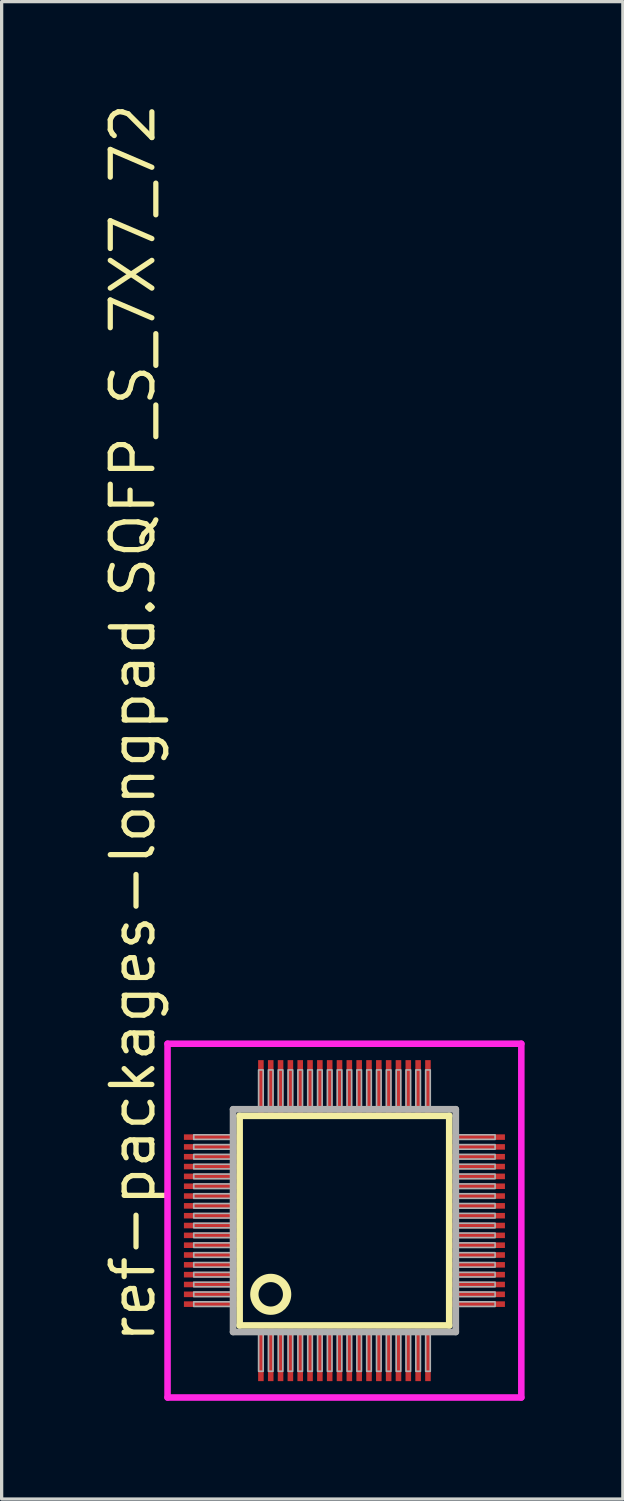
<source format=kicad_pcb>
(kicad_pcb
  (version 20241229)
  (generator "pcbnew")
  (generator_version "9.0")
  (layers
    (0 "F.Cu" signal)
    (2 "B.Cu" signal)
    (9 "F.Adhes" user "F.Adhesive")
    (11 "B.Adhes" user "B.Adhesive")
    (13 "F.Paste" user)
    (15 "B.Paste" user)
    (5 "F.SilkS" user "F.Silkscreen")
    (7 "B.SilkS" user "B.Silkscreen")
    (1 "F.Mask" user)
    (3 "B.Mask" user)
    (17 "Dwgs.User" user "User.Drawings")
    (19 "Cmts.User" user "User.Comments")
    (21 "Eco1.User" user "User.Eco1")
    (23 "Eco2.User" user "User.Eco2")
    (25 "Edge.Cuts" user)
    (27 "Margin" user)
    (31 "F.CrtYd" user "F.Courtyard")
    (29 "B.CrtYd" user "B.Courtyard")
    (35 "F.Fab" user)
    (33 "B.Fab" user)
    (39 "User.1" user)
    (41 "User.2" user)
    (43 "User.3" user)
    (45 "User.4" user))
  (footprint "ref-packages-longpad.SQFP_S_7X7_72"
    (layer "F.Cu")
    (at 7.465 34.214)
    (property "Reference" "ref-packages-longpad.SQFP_S_7X7_72" (at -5.715 3.81 90) (layer "F.SilkS") (effects (font (size 1.27 1.27) (thickness 0.16)) (justify left bottom)))
    (attr smd)
    (fp_line (start -3.2 -3.2) (end 3.2 -3.2) (stroke (width 0.203) (type default)) (layer "F.SilkS"))
    (fp_line (start -3.2 3.2) (end -3.2 -3.2) (stroke (width 0.203) (type default)) (layer "F.SilkS"))
    (fp_line (start 3.2 -3.2) (end 3.2 3.2) (stroke (width 0.203) (type default)) (layer "F.SilkS"))
    (fp_line (start 3.2 3.2) (end -3.2 3.2) (stroke (width 0.203) (type default)) (layer "F.SilkS"))
    (fp_circle (center -2.25 2.25) (end -1.75 2.25) (stroke (width 0.254) (type default)) (fill no) (layer "F.SilkS"))
    (fp_line (start -5.4 -5.4) (end 5.4 -5.4) (stroke (width 0.2) (type default)) (layer "F.CrtYd"))
    (fp_line (start -5.4 5.4) (end -5.4 -5.4) (stroke (width 0.2) (type default)) (layer "F.CrtYd"))
    (fp_line (start 5.4 -5.4) (end 5.4 5.4) (stroke (width 0.2) (type default)) (layer "F.CrtYd"))
    (fp_line (start 5.4 5.4) (end -5.4 5.4) (stroke (width 0.2) (type default)) (layer "F.CrtYd"))
    (fp_line (start -3.4 -3.4) (end -3.4 3.4) (stroke (width 0.203) (type default)) (layer "F.Fab"))
    (fp_line (start -3.4 3.4) (end 3.4 3.4) (stroke (width 0.203) (type default)) (layer "F.Fab"))
    (fp_line (start 3.4 -3.4) (end -3.4 -3.4) (stroke (width 0.203) (type default)) (layer "F.Fab"))
    (fp_line (start 3.4 3.4) (end 3.4 -3.4) (stroke (width 0.203) (type default)) (layer "F.Fab"))
    (fp_rect (start -4.6 -2.48) (end -3.45 -2.62) (stroke (width 0.05) (type default)) (fill no) (layer "F.Fab"))
    (fp_rect (start -4.6 -2.18) (end -3.45 -2.32) (stroke (width 0.05) (type default)) (fill no) (layer "F.Fab"))
    (fp_rect (start -4.6 -1.88) (end -3.45 -2.02) (stroke (width 0.05) (type default)) (fill no) (layer "F.Fab"))
    (fp_rect (start -4.6 -1.58) (end -3.45 -1.72) (stroke (width 0.05) (type default)) (fill no) (layer "F.Fab"))
    (fp_rect (start -4.6 -1.28) (end -3.45 -1.42) (stroke (width 0.05) (type default)) (fill no) (layer "F.Fab"))
    (fp_rect (start -4.6 -0.98) (end -3.45 -1.12) (stroke (width 0.05) (type default)) (fill no) (layer "F.Fab"))
    (fp_rect (start -4.6 -0.68) (end -3.45 -0.82) (stroke (width 0.05) (type default)) (fill no) (layer "F.Fab"))
    (fp_rect (start -4.6 -0.38) (end -3.45 -0.52) (stroke (width 0.05) (type default)) (fill no) (layer "F.Fab"))
    (fp_rect (start -4.6 -0.08) (end -3.45 -0.22) (stroke (width 0.05) (type default)) (fill no) (layer "F.Fab"))
    (fp_rect (start -4.6 0.22) (end -3.45 0.08) (stroke (width 0.05) (type default)) (fill no) (layer "F.Fab"))
    (fp_rect (start -4.6 0.52) (end -3.45 0.38) (stroke (width 0.05) (type default)) (fill no) (layer "F.Fab"))
    (fp_rect (start -4.6 0.82) (end -3.45 0.68) (stroke (width 0.05) (type default)) (fill no) (layer "F.Fab"))
    (fp_rect (start -4.6 1.12) (end -3.45 0.98) (stroke (width 0.05) (type default)) (fill no) (layer "F.Fab"))
    (fp_rect (start -4.6 1.42) (end -3.45 1.28) (stroke (width 0.05) (type default)) (fill no) (layer "F.Fab"))
    (fp_rect (start -4.6 1.72) (end -3.45 1.58) (stroke (width 0.05) (type default)) (fill no) (layer "F.Fab"))
    (fp_rect (start -4.6 2.02) (end -3.45 1.88) (stroke (width 0.05) (type default)) (fill no) (layer "F.Fab"))
    (fp_rect (start -4.6 2.32) (end -3.45 2.18) (stroke (width 0.05) (type default)) (fill no) (layer "F.Fab"))
    (fp_rect (start -4.6 2.62) (end -3.45 2.48) (stroke (width 0.05) (type default)) (fill no) (layer "F.Fab"))
    (fp_rect (start -2.62 -3.45) (end -2.48 -4.6) (stroke (width 0.05) (type default)) (fill no) (layer "F.Fab"))
    (fp_rect (start -2.62 4.6) (end -2.48 3.45) (stroke (width 0.05) (type default)) (fill no) (layer "F.Fab"))
    (fp_rect (start -2.32 -3.45) (end -2.18 -4.6) (stroke (width 0.05) (type default)) (fill no) (layer "F.Fab"))
    (fp_rect (start -2.32 4.6) (end -2.18 3.45) (stroke (width 0.05) (type default)) (fill no) (layer "F.Fab"))
    (fp_rect (start -2.02 -3.45) (end -1.88 -4.6) (stroke (width 0.05) (type default)) (fill no) (layer "F.Fab"))
    (fp_rect (start -2.02 4.6) (end -1.88 3.45) (stroke (width 0.05) (type default)) (fill no) (layer "F.Fab"))
    (fp_rect (start -1.72 -3.45) (end -1.58 -4.6) (stroke (width 0.05) (type default)) (fill no) (layer "F.Fab"))
    (fp_rect (start -1.72 4.6) (end -1.58 3.45) (stroke (width 0.05) (type default)) (fill no) (layer "F.Fab"))
    (fp_rect (start -1.42 -3.45) (end -1.28 -4.6) (stroke (width 0.05) (type default)) (fill no) (layer "F.Fab"))
    (fp_rect (start -1.42 4.6) (end -1.28 3.45) (stroke (width 0.05) (type default)) (fill no) (layer "F.Fab"))
    (fp_rect (start -1.12 -3.45) (end -0.98 -4.6) (stroke (width 0.05) (type default)) (fill no) (layer "F.Fab"))
    (fp_rect (start -1.12 4.6) (end -0.98 3.45) (stroke (width 0.05) (type default)) (fill no) (layer "F.Fab"))
    (fp_rect (start -0.82 -3.45) (end -0.68 -4.6) (stroke (width 0.05) (type default)) (fill no) (layer "F.Fab"))
    (fp_rect (start -0.82 4.6) (end -0.68 3.45) (stroke (width 0.05) (type default)) (fill no) (layer "F.Fab"))
    (fp_rect (start -0.52 -3.45) (end -0.38 -4.6) (stroke (width 0.05) (type default)) (fill no) (layer "F.Fab"))
    (fp_rect (start -0.52 4.6) (end -0.38 3.45) (stroke (width 0.05) (type default)) (fill no) (layer "F.Fab"))
    (fp_rect (start -0.22 -3.45) (end -0.08 -4.6) (stroke (width 0.05) (type default)) (fill no) (layer "F.Fab"))
    (fp_rect (start -0.22 4.6) (end -0.08 3.45) (stroke (width 0.05) (type default)) (fill no) (layer "F.Fab"))
    (fp_rect (start 0.08 -3.45) (end 0.22 -4.6) (stroke (width 0.05) (type default)) (fill no) (layer "F.Fab"))
    (fp_rect (start 0.08 4.6) (end 0.22 3.45) (stroke (width 0.05) (type default)) (fill no) (layer "F.Fab"))
    (fp_rect (start 0.38 -3.45) (end 0.52 -4.6) (stroke (width 0.05) (type default)) (fill no) (layer "F.Fab"))
    (fp_rect (start 0.38 4.6) (end 0.52 3.45) (stroke (width 0.05) (type default)) (fill no) (layer "F.Fab"))
    (fp_rect (start 0.68 -3.45) (end 0.82 -4.6) (stroke (width 0.05) (type default)) (fill no) (layer "F.Fab"))
    (fp_rect (start 0.68 4.6) (end 0.82 3.45) (stroke (width 0.05) (type default)) (fill no) (layer "F.Fab"))
    (fp_rect (start 0.98 -3.45) (end 1.12 -4.6) (stroke (width 0.05) (type default)) (fill no) (layer "F.Fab"))
    (fp_rect (start 0.98 4.6) (end 1.12 3.45) (stroke (width 0.05) (type default)) (fill no) (layer "F.Fab"))
    (fp_rect (start 1.28 -3.45) (end 1.42 -4.6) (stroke (width 0.05) (type default)) (fill no) (layer "F.Fab"))
    (fp_rect (start 1.28 4.6) (end 1.42 3.45) (stroke (width 0.05) (type default)) (fill no) (layer "F.Fab"))
    (fp_rect (start 1.58 -3.45) (end 1.72 -4.6) (stroke (width 0.05) (type default)) (fill no) (layer "F.Fab"))
    (fp_rect (start 1.58 4.6) (end 1.72 3.45) (stroke (width 0.05) (type default)) (fill no) (layer "F.Fab"))
    (fp_rect (start 1.88 -3.45) (end 2.02 -4.6) (stroke (width 0.05) (type default)) (fill no) (layer "F.Fab"))
    (fp_rect (start 1.88 4.6) (end 2.02 3.45) (stroke (width 0.05) (type default)) (fill no) (layer "F.Fab"))
    (fp_rect (start 2.18 -3.45) (end 2.32 -4.6) (stroke (width 0.05) (type default)) (fill no) (layer "F.Fab"))
    (fp_rect (start 2.18 4.6) (end 2.32 3.45) (stroke (width 0.05) (type default)) (fill no) (layer "F.Fab"))
    (fp_rect (start 2.48 -3.45) (end 2.62 -4.6) (stroke (width 0.05) (type default)) (fill no) (layer "F.Fab"))
    (fp_rect (start 2.48 4.6) (end 2.62 3.45) (stroke (width 0.05) (type default)) (fill no) (layer "F.Fab"))
    (fp_rect (start 3.45 -2.48) (end 4.6 -2.62) (stroke (width 0.05) (type default)) (fill no) (layer "F.Fab"))
    (fp_rect (start 3.45 -2.18) (end 4.6 -2.32) (stroke (width 0.05) (type default)) (fill no) (layer "F.Fab"))
    (fp_rect (start 3.45 -1.88) (end 4.6 -2.02) (stroke (width 0.05) (type default)) (fill no) (layer "F.Fab"))
    (fp_rect (start 3.45 -1.58) (end 4.6 -1.72) (stroke (width 0.05) (type default)) (fill no) (layer "F.Fab"))
    (fp_rect (start 3.45 -1.28) (end 4.6 -1.42) (stroke (width 0.05) (type default)) (fill no) (layer "F.Fab"))
    (fp_rect (start 3.45 -0.98) (end 4.6 -1.12) (stroke (width 0.05) (type default)) (fill no) (layer "F.Fab"))
    (fp_rect (start 3.45 -0.68) (end 4.6 -0.82) (stroke (width 0.05) (type default)) (fill no) (layer "F.Fab"))
    (fp_rect (start 3.45 -0.38) (end 4.6 -0.52) (stroke (width 0.05) (type default)) (fill no) (layer "F.Fab"))
    (fp_rect (start 3.45 -0.08) (end 4.6 -0.22) (stroke (width 0.05) (type default)) (fill no) (layer "F.Fab"))
    (fp_rect (start 3.45 0.22) (end 4.6 0.08) (stroke (width 0.05) (type default)) (fill no) (layer "F.Fab"))
    (fp_rect (start 3.45 0.52) (end 4.6 0.38) (stroke (width 0.05) (type default)) (fill no) (layer "F.Fab"))
    (fp_rect (start 3.45 0.82) (end 4.6 0.68) (stroke (width 0.05) (type default)) (fill no) (layer "F.Fab"))
    (fp_rect (start 3.45 1.12) (end 4.6 0.98) (stroke (width 0.05) (type default)) (fill no) (layer "F.Fab"))
    (fp_rect (start 3.45 1.42) (end 4.6 1.28) (stroke (width 0.05) (type default)) (fill no) (layer "F.Fab"))
    (fp_rect (start 3.45 1.72) (end 4.6 1.58) (stroke (width 0.05) (type default)) (fill no) (layer "F.Fab"))
    (fp_rect (start 3.45 2.02) (end 4.6 1.88) (stroke (width 0.05) (type default)) (fill no) (layer "F.Fab"))
    (fp_rect (start 3.45 2.32) (end 4.6 2.18) (stroke (width 0.05) (type default)) (fill no) (layer "F.Fab"))
    (fp_rect (start 3.45 2.62) (end 4.6 2.48) (stroke (width 0.05) (type default)) (fill no) (layer "F.Fab"))
    (pad "1" smd roundrect (at -2.55 4.1) (size 0.17 1.6) (layers "F.Cu" "F.Mask" "F.Paste") (roundrect_rratio 0.01))
    (pad "2" smd roundrect (at -2.25 4.1) (size 0.17 1.6) (layers "F.Cu" "F.Mask" "F.Paste") (roundrect_rratio 0.01))
    (pad "3" smd roundrect (at -1.95 4.1) (size 0.17 1.6) (layers "F.Cu" "F.Mask" "F.Paste") (roundrect_rratio 0.01))
    (pad "4" smd roundrect (at -1.65 4.1) (size 0.17 1.6) (layers "F.Cu" "F.Mask" "F.Paste") (roundrect_rratio 0.01))
    (pad "5" smd roundrect (at -1.35 4.1) (size 0.17 1.6) (layers "F.Cu" "F.Mask" "F.Paste") (roundrect_rratio 0.01))
    (pad "6" smd roundrect (at -1.05 4.1) (size 0.17 1.6) (layers "F.Cu" "F.Mask" "F.Paste") (roundrect_rratio 0.01))
    (pad "7" smd roundrect (at -0.75 4.1) (size 0.17 1.6) (layers "F.Cu" "F.Mask" "F.Paste") (roundrect_rratio 0.01))
    (pad "8" smd roundrect (at -0.45 4.1) (size 0.17 1.6) (layers "F.Cu" "F.Mask" "F.Paste") (roundrect_rratio 0.01))
    (pad "9" smd roundrect (at -0.15 4.1) (size 0.17 1.6) (layers "F.Cu" "F.Mask" "F.Paste") (roundrect_rratio 0.01))
    (pad "10" smd roundrect (at 0.15 4.1) (size 0.17 1.6) (layers "F.Cu" "F.Mask" "F.Paste") (roundrect_rratio 0.01))
    (pad "11" smd roundrect (at 0.45 4.1) (size 0.17 1.6) (layers "F.Cu" "F.Mask" "F.Paste") (roundrect_rratio 0.01))
    (pad "12" smd roundrect (at 0.75 4.1) (size 0.17 1.6) (layers "F.Cu" "F.Mask" "F.Paste") (roundrect_rratio 0.01))
    (pad "13" smd roundrect (at 1.05 4.1) (size 0.17 1.6) (layers "F.Cu" "F.Mask" "F.Paste") (roundrect_rratio 0.01))
    (pad "14" smd roundrect (at 1.35 4.1) (size 0.17 1.6) (layers "F.Cu" "F.Mask" "F.Paste") (roundrect_rratio 0.01))
    (pad "15" smd roundrect (at 1.65 4.1) (size 0.17 1.6) (layers "F.Cu" "F.Mask" "F.Paste") (roundrect_rratio 0.01))
    (pad "16" smd roundrect (at 1.95 4.1) (size 0.17 1.6) (layers "F.Cu" "F.Mask" "F.Paste") (roundrect_rratio 0.01))
    (pad "17" smd roundrect (at 2.25 4.1) (size 0.17 1.6) (layers "F.Cu" "F.Mask" "F.Paste") (roundrect_rratio 0.01))
    (pad "18" smd roundrect (at 2.55 4.1) (size 0.17 1.6) (layers "F.Cu" "F.Mask" "F.Paste") (roundrect_rratio 0.01))
    (pad "19" smd roundrect (at 4.1 2.55) (size 1.6 0.17) (layers "F.Cu" "F.Mask" "F.Paste") (roundrect_rratio 0.01))
    (pad "20" smd roundrect (at 4.1 2.25) (size 1.6 0.17) (layers "F.Cu" "F.Mask" "F.Paste") (roundrect_rratio 0.01))
    (pad "21" smd roundrect (at 4.1 1.95) (size 1.6 0.17) (layers "F.Cu" "F.Mask" "F.Paste") (roundrect_rratio 0.01))
    (pad "22" smd roundrect (at 4.1 1.65) (size 1.6 0.17) (layers "F.Cu" "F.Mask" "F.Paste") (roundrect_rratio 0.01))
    (pad "23" smd roundrect (at 4.1 1.35) (size 1.6 0.17) (layers "F.Cu" "F.Mask" "F.Paste") (roundrect_rratio 0.01))
    (pad "24" smd roundrect (at 4.1 1.05) (size 1.6 0.17) (layers "F.Cu" "F.Mask" "F.Paste") (roundrect_rratio 0.01))
    (pad "25" smd roundrect (at 4.1 0.75) (size 1.6 0.17) (layers "F.Cu" "F.Mask" "F.Paste") (roundrect_rratio 0.01))
    (pad "26" smd roundrect (at 4.1 0.45) (size 1.6 0.17) (layers "F.Cu" "F.Mask" "F.Paste") (roundrect_rratio 0.01))
    (pad "27" smd roundrect (at 4.1 0.15) (size 1.6 0.17) (layers "F.Cu" "F.Mask" "F.Paste") (roundrect_rratio 0.01))
    (pad "28" smd roundrect (at 4.1 -0.15) (size 1.6 0.17) (layers "F.Cu" "F.Mask" "F.Paste") (roundrect_rratio 0.01))
    (pad "29" smd roundrect (at 4.1 -0.45) (size 1.6 0.17) (layers "F.Cu" "F.Mask" "F.Paste") (roundrect_rratio 0.01))
    (pad "30" smd roundrect (at 4.1 -0.75) (size 1.6 0.17) (layers "F.Cu" "F.Mask" "F.Paste") (roundrect_rratio 0.01))
    (pad "31" smd roundrect (at 4.1 -1.05) (size 1.6 0.17) (layers "F.Cu" "F.Mask" "F.Paste") (roundrect_rratio 0.01))
    (pad "32" smd roundrect (at 4.1 -1.35) (size 1.6 0.17) (layers "F.Cu" "F.Mask" "F.Paste") (roundrect_rratio 0.01))
    (pad "33" smd roundrect (at 4.1 -1.65) (size 1.6 0.17) (layers "F.Cu" "F.Mask" "F.Paste") (roundrect_rratio 0.01))
    (pad "34" smd roundrect (at 4.1 -1.95) (size 1.6 0.17) (layers "F.Cu" "F.Mask" "F.Paste") (roundrect_rratio 0.01))
    (pad "35" smd roundrect (at 4.1 -2.25) (size 1.6 0.17) (layers "F.Cu" "F.Mask" "F.Paste") (roundrect_rratio 0.01))
    (pad "36" smd roundrect (at 4.1 -2.55) (size 1.6 0.17) (layers "F.Cu" "F.Mask" "F.Paste") (roundrect_rratio 0.01))
    (pad "37" smd roundrect (at 2.55 -4.1) (size 0.17 1.6) (layers "F.Cu" "F.Mask" "F.Paste") (roundrect_rratio 0.01))
    (pad "38" smd roundrect (at 2.25 -4.1) (size 0.17 1.6) (layers "F.Cu" "F.Mask" "F.Paste") (roundrect_rratio 0.01))
    (pad "39" smd roundrect (at 1.95 -4.1) (size 0.17 1.6) (layers "F.Cu" "F.Mask" "F.Paste") (roundrect_rratio 0.01))
    (pad "40" smd roundrect (at 1.65 -4.1) (size 0.17 1.6) (layers "F.Cu" "F.Mask" "F.Paste") (roundrect_rratio 0.01))
    (pad "41" smd roundrect (at 1.35 -4.1) (size 0.17 1.6) (layers "F.Cu" "F.Mask" "F.Paste") (roundrect_rratio 0.01))
    (pad "42" smd roundrect (at 1.05 -4.1) (size 0.17 1.6) (layers "F.Cu" "F.Mask" "F.Paste") (roundrect_rratio 0.01))
    (pad "43" smd roundrect (at 0.75 -4.1) (size 0.17 1.6) (layers "F.Cu" "F.Mask" "F.Paste") (roundrect_rratio 0.01))
    (pad "44" smd roundrect (at 0.45 -4.1) (size 0.17 1.6) (layers "F.Cu" "F.Mask" "F.Paste") (roundrect_rratio 0.01))
    (pad "45" smd roundrect (at 0.15 -4.1) (size 0.17 1.6) (layers "F.Cu" "F.Mask" "F.Paste") (roundrect_rratio 0.01))
    (pad "46" smd roundrect (at -0.15 -4.1) (size 0.17 1.6) (layers "F.Cu" "F.Mask" "F.Paste") (roundrect_rratio 0.01))
    (pad "47" smd roundrect (at -0.45 -4.1) (size 0.17 1.6) (layers "F.Cu" "F.Mask" "F.Paste") (roundrect_rratio 0.01))
    (pad "48" smd roundrect (at -0.75 -4.1) (size 0.17 1.6) (layers "F.Cu" "F.Mask" "F.Paste") (roundrect_rratio 0.01))
    (pad "49" smd roundrect (at -1.05 -4.1) (size 0.17 1.6) (layers "F.Cu" "F.Mask" "F.Paste") (roundrect_rratio 0.01))
    (pad "50" smd roundrect (at -1.35 -4.1) (size 0.17 1.6) (layers "F.Cu" "F.Mask" "F.Paste") (roundrect_rratio 0.01))
    (pad "51" smd roundrect (at -1.65 -4.1) (size 0.17 1.6) (layers "F.Cu" "F.Mask" "F.Paste") (roundrect_rratio 0.01))
    (pad "52" smd roundrect (at -1.95 -4.1) (size 0.17 1.6) (layers "F.Cu" "F.Mask" "F.Paste") (roundrect_rratio 0.01))
    (pad "53" smd roundrect (at -2.25 -4.1) (size 0.17 1.6) (layers "F.Cu" "F.Mask" "F.Paste") (roundrect_rratio 0.01))
    (pad "54" smd roundrect (at -2.55 -4.1) (size 0.17 1.6) (layers "F.Cu" "F.Mask" "F.Paste") (roundrect_rratio 0.01))
    (pad "55" smd roundrect (at -4.1 -2.55) (size 1.6 0.17) (layers "F.Cu" "F.Mask" "F.Paste") (roundrect_rratio 0.01))
    (pad "56" smd roundrect (at -4.1 -2.25) (size 1.6 0.17) (layers "F.Cu" "F.Mask" "F.Paste") (roundrect_rratio 0.01))
    (pad "57" smd roundrect (at -4.1 -1.95) (size 1.6 0.17) (layers "F.Cu" "F.Mask" "F.Paste") (roundrect_rratio 0.01))
    (pad "58" smd roundrect (at -4.1 -1.65) (size 1.6 0.17) (layers "F.Cu" "F.Mask" "F.Paste") (roundrect_rratio 0.01))
    (pad "59" smd roundrect (at -4.1 -1.35) (size 1.6 0.17) (layers "F.Cu" "F.Mask" "F.Paste") (roundrect_rratio 0.01))
    (pad "60" smd roundrect (at -4.1 -1.05) (size 1.6 0.17) (layers "F.Cu" "F.Mask" "F.Paste") (roundrect_rratio 0.01))
    (pad "61" smd roundrect (at -4.1 -0.75) (size 1.6 0.17) (layers "F.Cu" "F.Mask" "F.Paste") (roundrect_rratio 0.01))
    (pad "62" smd roundrect (at -4.1 -0.45) (size 1.6 0.17) (layers "F.Cu" "F.Mask" "F.Paste") (roundrect_rratio 0.01))
    (pad "63" smd roundrect (at -4.1 -0.15) (size 1.6 0.17) (layers "F.Cu" "F.Mask" "F.Paste") (roundrect_rratio 0.01))
    (pad "64" smd roundrect (at -4.1 0.15) (size 1.6 0.17) (layers "F.Cu" "F.Mask" "F.Paste") (roundrect_rratio 0.01))
    (pad "65" smd roundrect (at -4.1 0.45) (size 1.6 0.17) (layers "F.Cu" "F.Mask" "F.Paste") (roundrect_rratio 0.01))
    (pad "66" smd roundrect (at -4.1 0.75) (size 1.6 0.17) (layers "F.Cu" "F.Mask" "F.Paste") (roundrect_rratio 0.01))
    (pad "67" smd roundrect (at -4.1 1.05) (size 1.6 0.17) (layers "F.Cu" "F.Mask" "F.Paste") (roundrect_rratio 0.01))
    (pad "68" smd roundrect (at -4.1 1.35) (size 1.6 0.17) (layers "F.Cu" "F.Mask" "F.Paste") (roundrect_rratio 0.01))
    (pad "69" smd roundrect (at -4.1 1.65) (size 1.6 0.17) (layers "F.Cu" "F.Mask" "F.Paste") (roundrect_rratio 0.01))
    (pad "70" smd roundrect (at -4.1 1.95) (size 1.6 0.17) (layers "F.Cu" "F.Mask" "F.Paste") (roundrect_rratio 0.01))
    (pad "71" smd roundrect (at -4.1 2.25) (size 1.6 0.17) (layers "F.Cu" "F.Mask" "F.Paste") (roundrect_rratio 0.01))
    (pad "72" smd roundrect (at -4.1 2.55) (size 1.6 0.17) (layers "F.Cu" "F.Mask" "F.Paste") (roundrect_rratio 0.01)))
  (gr_rect
    (start -3 -3)
    (end 15.965 42.714)
    (stroke (width 0.1) (type default))
    (fill no)
    (layer "Edge.Cuts")))
</source>
